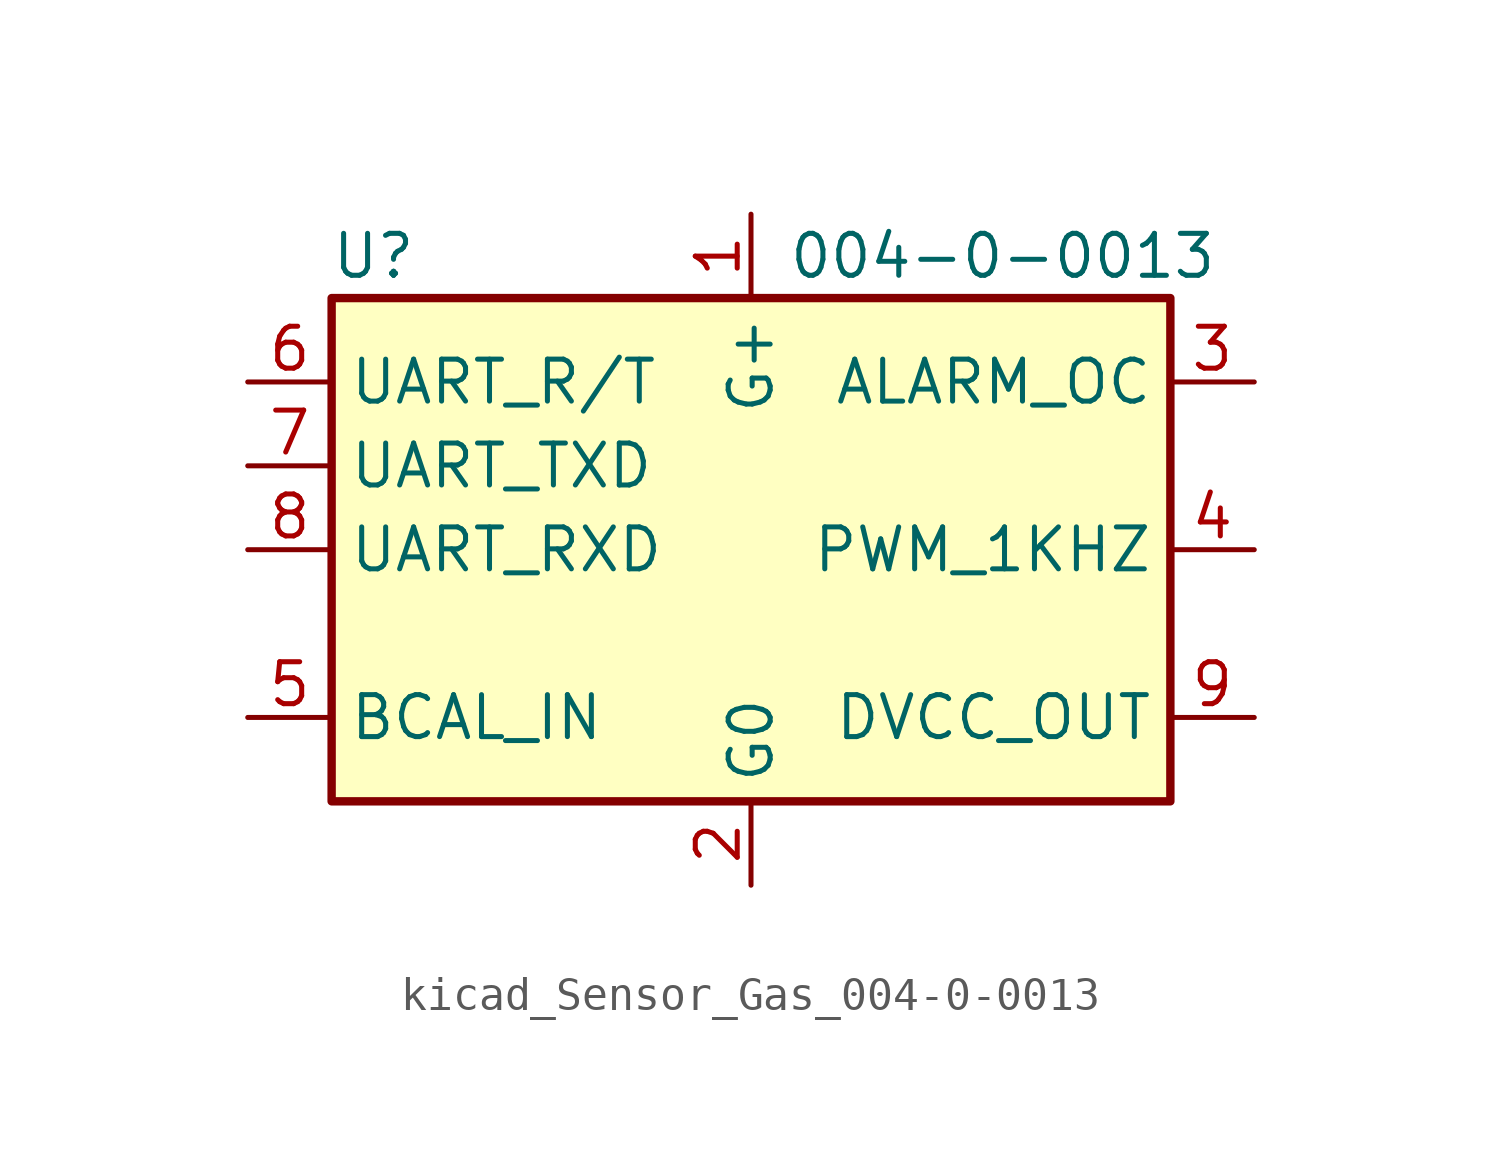
<source format=kicad_sym>
(kicad_symbol_lib
  (version 20220914)
  (generator kicad_symbol_editor)
  (symbol "kicad_Sensor_Gas_004-0-0013"
    (property "Reference" "U"
      (at -11.43 8.89 0)
      (effects (font (size 1.27 1.27))))
    (property "Value" "004-0-0013"
      (at 7.62 8.89 0)
      (effects (font (size 1.27 1.27))))
    (symbol "kicad_Sensor_Gas_004-0-0013_0_1"
      (rectangle (start -12.7 7.62) (end 12.7 -7.62) (stroke (width 0.254) (type default)) (fill (type background))))
    (symbol "kicad_Sensor_Gas_004-0-0013_1_1"
      (pin power_in line (at 0 10.16 270) (length 2.54) (name "G+" (effects (font (size 1.27 1.27)))) (number "1" (effects (font (size 1.27 1.27)))))
      (pin power_in line (at 0 -10.16 90) (length 2.54) (name "G0" (effects (font (size 1.27 1.27)))) (number "2" (effects (font (size 1.27 1.27)))))
      (pin open_collector line (at 15.24 5.08 180) (length 2.54) (name "ALARM_OC" (effects (font (size 1.27 1.27)))) (number "3" (effects (font (size 1.27 1.27)))))
      (pin output line (at 15.24 0 180) (length 2.54) (name "PWM_1KHZ" (effects (font (size 1.27 1.27)))) (number "4" (effects (font (size 1.27 1.27)))))
      (pin input line (at -15.24 -5.08 0) (length 2.54) (name "BCAL_IN" (effects (font (size 1.27 1.27)))) (number "5" (effects (font (size 1.27 1.27)))))
      (pin output line (at -15.24 5.08 0) (length 2.54) (name "UART_R/T" (effects (font (size 1.27 1.27)))) (number "6" (effects (font (size 1.27 1.27)))))
      (pin output line (at -15.24 2.54 0) (length 2.54) (name "UART_TXD" (effects (font (size 1.27 1.27)))) (number "7" (effects (font (size 1.27 1.27)))))
      (pin input line (at -15.24 0 0) (length 2.54) (name "UART_RXD" (effects (font (size 1.27 1.27)))) (number "8" (effects (font (size 1.27 1.27)))))
      (pin power_out line (at 15.24 -5.08 180) (length 2.54) (name "DVCC_OUT" (effects (font (size 1.27 1.27)))) (number "9" (effects (font (size 1.27 1.27))))))))
</source>
